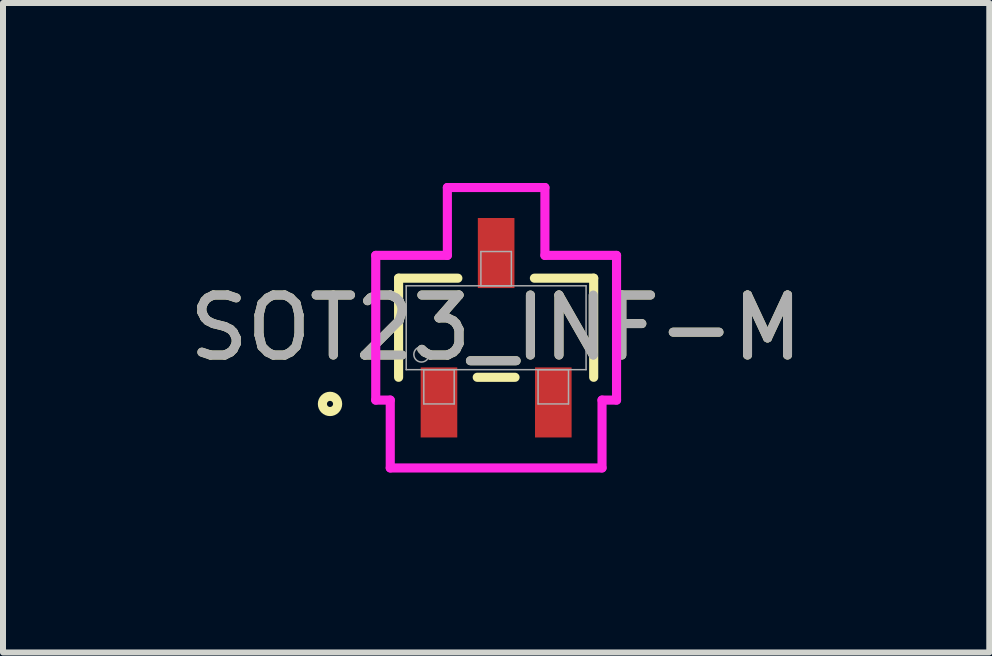
<source format=kicad_pcb>
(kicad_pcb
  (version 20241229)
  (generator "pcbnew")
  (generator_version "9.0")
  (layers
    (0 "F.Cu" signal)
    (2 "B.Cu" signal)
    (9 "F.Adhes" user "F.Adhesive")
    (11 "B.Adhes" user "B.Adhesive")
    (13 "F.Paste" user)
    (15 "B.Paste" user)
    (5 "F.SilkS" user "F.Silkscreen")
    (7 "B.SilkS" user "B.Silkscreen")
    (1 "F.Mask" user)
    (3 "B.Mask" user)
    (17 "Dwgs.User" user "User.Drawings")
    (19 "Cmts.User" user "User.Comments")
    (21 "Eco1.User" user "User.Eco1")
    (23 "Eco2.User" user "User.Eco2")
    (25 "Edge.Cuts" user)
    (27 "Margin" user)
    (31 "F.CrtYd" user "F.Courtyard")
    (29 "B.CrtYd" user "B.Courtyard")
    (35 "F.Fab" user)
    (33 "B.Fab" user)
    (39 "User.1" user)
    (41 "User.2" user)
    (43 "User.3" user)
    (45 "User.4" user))
  (footprint "SOT23_INF-M"
    (layer "F.Cu")
    (at 5.22 2.413)
    (property "Reference" "SOT23_INF-M" (at 0 0 0) (unlocked yes) (layer "F.SilkS") (effects (font (size 1 1) (thickness 0.15))))
    (attr smd)
    (fp_line (start -1.626 -0.826) (end -1.626 0.826) (stroke (width 0.152) (type solid)) (layer "F.SilkS"))
    (fp_line (start -0.638 -0.826) (end -1.626 -0.826) (stroke (width 0.152) (type solid)) (layer "F.SilkS"))
    (fp_line (start -0.315 0.826) (end 0.315 0.826) (stroke (width 0.152) (type solid)) (layer "F.SilkS"))
    (fp_line (start 1.626 -0.826) (end 0.638 -0.826) (stroke (width 0.152) (type solid)) (layer "F.SilkS"))
    (fp_line (start 1.626 0.826) (end 1.626 -0.826) (stroke (width 0.152) (type solid)) (layer "F.SilkS"))
    (fp_circle (center -2.769 1.27) (end -2.642 1.27) (stroke (width 0.152) (type solid)) (fill no) (layer "F.SilkS"))
    (fp_line (start -2.007 -1.206) (end -0.813 -1.206) (stroke (width 0.152) (type solid)) (layer "F.CrtYd"))
    (fp_line (start -2.007 1.206) (end -2.007 -1.206) (stroke (width 0.152) (type solid)) (layer "F.CrtYd"))
    (fp_line (start -2.007 1.206) (end -1.765 1.206) (stroke (width 0.152) (type solid)) (layer "F.CrtYd"))
    (fp_line (start -1.765 1.206) (end -1.765 2.337) (stroke (width 0.152) (type solid)) (layer "F.CrtYd"))
    (fp_line (start -1.765 2.337) (end 1.765 2.337) (stroke (width 0.152) (type solid)) (layer "F.CrtYd"))
    (fp_line (start -0.813 -2.337) (end 0.813 -2.337) (stroke (width 0.152) (type solid)) (layer "F.CrtYd"))
    (fp_line (start -0.813 -1.206) (end -0.813 -2.337) (stroke (width 0.152) (type solid)) (layer "F.CrtYd"))
    (fp_line (start 0.813 -1.206) (end 0.813 -2.337) (stroke (width 0.152) (type solid)) (layer "F.CrtYd"))
    (fp_line (start 1.765 1.206) (end 1.765 2.337) (stroke (width 0.152) (type solid)) (layer "F.CrtYd"))
    (fp_line (start 2.007 -1.206) (end 0.813 -1.206) (stroke (width 0.152) (type solid)) (layer "F.CrtYd"))
    (fp_line (start 2.007 -1.206) (end 2.007 1.206) (stroke (width 0.152) (type solid)) (layer "F.CrtYd"))
    (fp_line (start 2.007 1.206) (end 1.765 1.206) (stroke (width 0.152) (type solid)) (layer "F.CrtYd"))
    (fp_line (start -1.499 -0.699) (end -1.499 0.699) (stroke (width 0.025) (type solid)) (layer "F.Fab"))
    (fp_line (start -1.499 0.699) (end 1.499 0.699) (stroke (width 0.025) (type solid)) (layer "F.Fab"))
    (fp_line (start -1.206 0.699) (end -1.206 1.27) (stroke (width 0.025) (type solid)) (layer "F.Fab"))
    (fp_line (start -1.206 1.27) (end -0.699 1.27) (stroke (width 0.025) (type solid)) (layer "F.Fab"))
    (fp_line (start -0.699 0.699) (end -1.206 0.699) (stroke (width 0.025) (type solid)) (layer "F.Fab"))
    (fp_line (start -0.699 1.27) (end -0.699 0.699) (stroke (width 0.025) (type solid)) (layer "F.Fab"))
    (fp_line (start -0.254 -1.27) (end -0.254 -0.699) (stroke (width 0.025) (type solid)) (layer "F.Fab"))
    (fp_line (start -0.254 -0.699) (end 0.254 -0.699) (stroke (width 0.025) (type solid)) (layer "F.Fab"))
    (fp_line (start 0.254 -1.27) (end -0.254 -1.27) (stroke (width 0.025) (type solid)) (layer "F.Fab"))
    (fp_line (start 0.254 -0.699) (end 0.254 -1.27) (stroke (width 0.025) (type solid)) (layer "F.Fab"))
    (fp_line (start 0.699 0.699) (end 0.699 1.27) (stroke (width 0.025) (type solid)) (layer "F.Fab"))
    (fp_line (start 0.699 1.27) (end 1.206 1.27) (stroke (width 0.025) (type solid)) (layer "F.Fab"))
    (fp_line (start 1.206 0.699) (end 0.699 0.699) (stroke (width 0.025) (type solid)) (layer "F.Fab"))
    (fp_line (start 1.206 1.27) (end 1.206 0.699) (stroke (width 0.025) (type solid)) (layer "F.Fab"))
    (fp_line (start 1.499 -0.699) (end -1.499 -0.699) (stroke (width 0.025) (type solid)) (layer "F.Fab"))
    (fp_line (start 1.499 0.699) (end 1.499 -0.699) (stroke (width 0.025) (type solid)) (layer "F.Fab"))
    (fp_circle (center -1.245 0.445) (end -1.118 0.445) (stroke (width 0.025) (type solid)) (fill no) (layer "F.Fab"))
    (fp_text user "${REFERENCE}" (at 0 0 0) (unlocked yes) (layer "F.Fab") (effects (font (size 1 1) (thickness 0.15))))
    (pad "1" smd rect (at -0.953 1.245) (size 0.61 1.168) (layers "F.Cu" "F.Mask" "F.Paste"))
    (pad "2" smd rect (at 0.953 1.245) (size 0.61 1.168) (layers "F.Cu" "F.Mask" "F.Paste"))
    (pad "3" smd rect (at 0 -1.245) (size 0.61 1.168) (layers "F.Cu" "F.Mask" "F.Paste")))
  (gr_rect
    (start -3 -3)
    (end 13.44 7.826)
    (stroke (width 0.1) (type default))
    (fill no)
    (layer "Edge.Cuts")))
</source>
